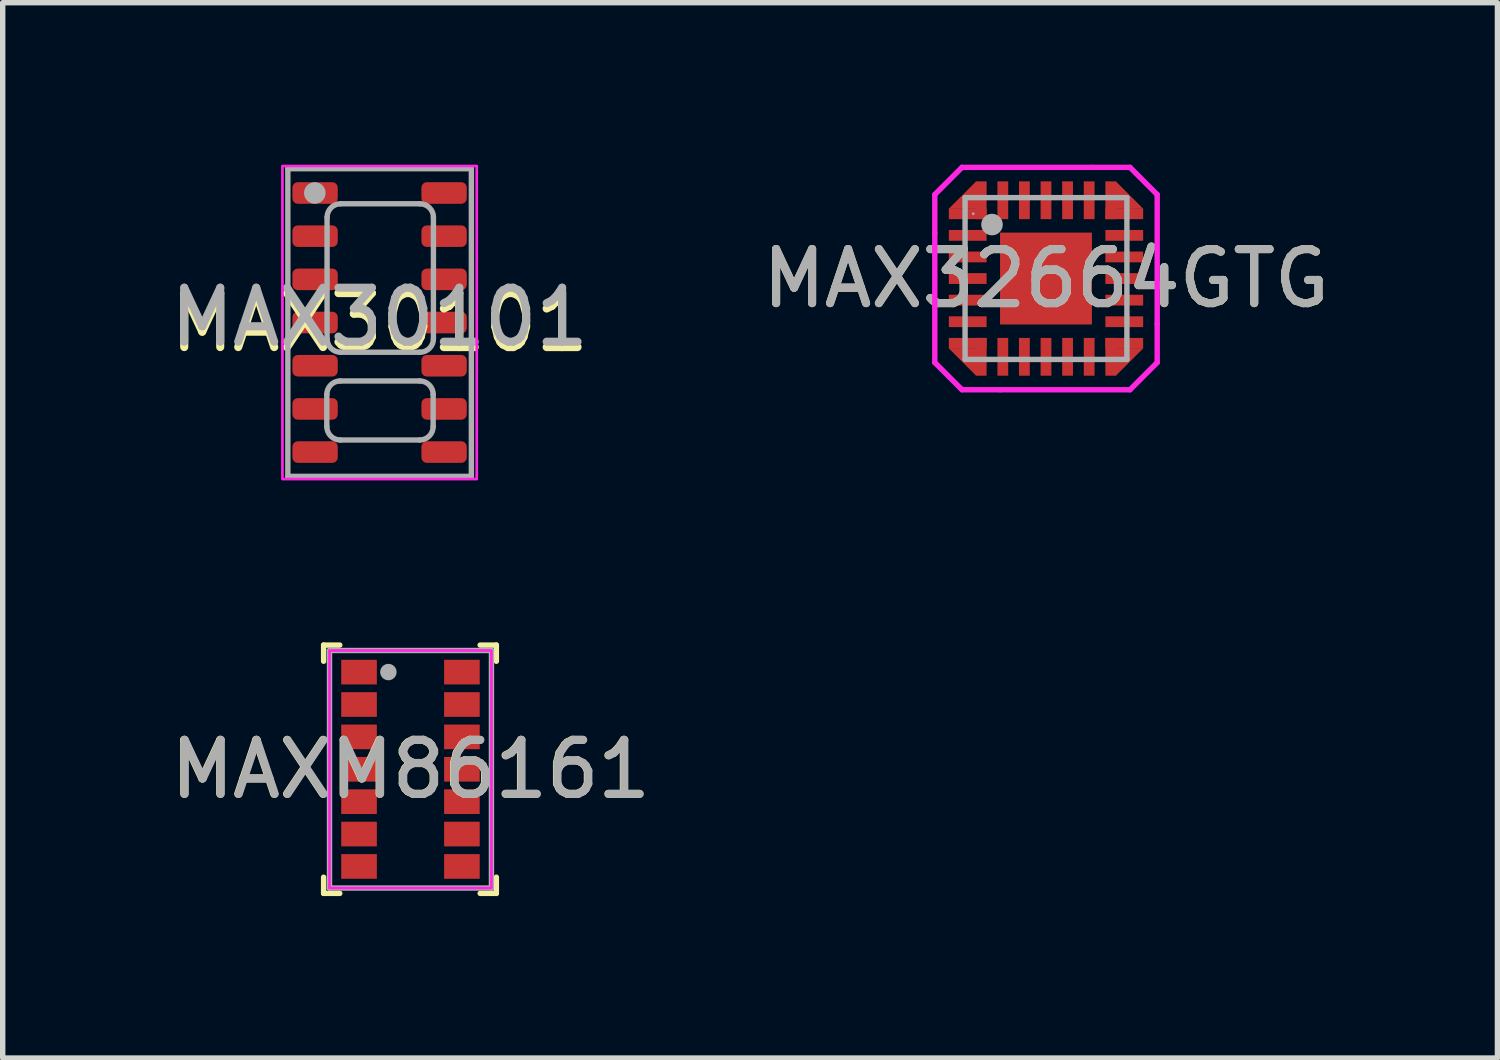
<source format=kicad_pcb>
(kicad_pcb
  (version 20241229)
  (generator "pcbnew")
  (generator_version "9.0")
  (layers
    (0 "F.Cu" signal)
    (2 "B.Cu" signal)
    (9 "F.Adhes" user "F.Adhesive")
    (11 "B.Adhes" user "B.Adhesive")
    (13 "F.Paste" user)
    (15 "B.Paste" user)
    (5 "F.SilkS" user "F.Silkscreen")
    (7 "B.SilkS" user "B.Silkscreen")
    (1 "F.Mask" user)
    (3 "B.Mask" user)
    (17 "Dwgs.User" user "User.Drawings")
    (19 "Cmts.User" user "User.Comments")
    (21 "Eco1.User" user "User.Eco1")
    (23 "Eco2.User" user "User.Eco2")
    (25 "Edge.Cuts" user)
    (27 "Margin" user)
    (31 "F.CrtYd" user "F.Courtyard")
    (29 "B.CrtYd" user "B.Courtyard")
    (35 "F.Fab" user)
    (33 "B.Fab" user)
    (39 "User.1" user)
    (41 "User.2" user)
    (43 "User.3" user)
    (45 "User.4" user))
  (footprint "MAX30101"
    (layer "F.Cu")
    (at 3.982 2.925)
    (property "Reference" "MAX30101" (at 0 0 0) (layer "F.SilkS") (effects (font (size 1 1) (thickness 0.15))))
    (attr smd)
    (fp_rect (start -1.8 -2.9) (end 1.8 2.9) (stroke (width 0.05) (type default)) (fill no) (layer "F.CrtYd"))
    (fp_line (start -1.7 -2.85) (end -1.7 2.85) (stroke (width 0.1) (type solid)) (layer "F.Fab"))
    (fp_line (start -1.7 2.85) (end 1.7 2.85) (stroke (width 0.1) (type solid)) (layer "F.Fab"))
    (fp_line (start -0.978 1.926) (end -0.978 1.332) (stroke (width 0.1) (type solid)) (layer "F.Fab"))
    (fp_line (start -0.973 0.3) (end -0.973 -1.95) (stroke (width 0.1) (type solid)) (layer "F.Fab"))
    (fp_line (start -0.723 -2.2) (end 0.747 -2.2) (stroke (width 0.1) (type solid)) (layer "F.Fab"))
    (fp_line (start 0.742 1.082) (end -0.728 1.082) (stroke (width 0.1) (type solid)) (layer "F.Fab"))
    (fp_line (start 0.742 2.176) (end -0.728 2.176) (stroke (width 0.1) (type solid)) (layer "F.Fab"))
    (fp_line (start 0.747 0.55) (end -0.723 0.55) (stroke (width 0.1) (type solid)) (layer "F.Fab"))
    (fp_line (start 0.992 1.926) (end 0.992 1.332) (stroke (width 0.1) (type solid)) (layer "F.Fab"))
    (fp_line (start 0.997 -1.95) (end 0.997 0.3) (stroke (width 0.1) (type solid)) (layer "F.Fab"))
    (fp_line (start 1.7 -2.85) (end -1.7 -2.85) (stroke (width 0.1) (type solid)) (layer "F.Fab"))
    (fp_line (start 1.7 2.85) (end 1.7 -2.85) (stroke (width 0.1) (type solid)) (layer "F.Fab"))
    (fp_arc (start -0.977541 1.33219) (mid -0.904318 1.155413) (end -0.727541 1.08219) (stroke (width 0.1) (type solid)) (layer "F.Fab"))
    (fp_arc (start -0.972541 -1.94981) (mid -0.899318 -2.126587) (end -0.722541 -2.19981) (stroke (width 0.1) (type solid)) (layer "F.Fab"))
    (fp_arc (start -0.727541 2.17619) (mid -0.904318 2.102967) (end -0.977541 1.92619) (stroke (width 0.1) (type solid)) (layer "F.Fab"))
    (fp_arc (start -0.722541 0.550191) (mid -0.899318 0.476968) (end -0.972541 0.300191) (stroke (width 0.1) (type solid)) (layer "F.Fab"))
    (fp_arc (start 0.742459 1.08219) (mid 0.919236 1.155413) (end 0.992459 1.33219) (stroke (width 0.1) (type solid)) (layer "F.Fab"))
    (fp_arc (start 0.747459 -2.19981) (mid 0.924236 -2.126587) (end 0.997459 -1.94981) (stroke (width 0.1) (type solid)) (layer "F.Fab"))
    (fp_arc (start 0.992459 1.92619) (mid 0.919236 2.102967) (end 0.742459 2.17619) (stroke (width 0.1) (type solid)) (layer "F.Fab"))
    (fp_arc (start 0.997459 0.300191) (mid 0.924236 0.476968) (end 0.747459 0.550191) (stroke (width 0.1) (type solid)) (layer "F.Fab"))
    (fp_circle (center -1.2 -2.4) (end -1.1 -2.4) (stroke (width 0.2) (type solid)) (fill no) (layer "F.Fab"))
    (fp_text user "${REFERENCE}" (at 0 -0.1 0) (unlocked yes) (layer "F.Fab") (effects (font (size 1 1) (thickness 0.15))))
    (pad "1" smd roundrect (at -1.195 -2.4) (size 0.84 0.4) (layers "F.Cu" "F.Mask" "F.Paste") (roundrect_rratio 0.25))
    (pad "2" smd roundrect (at -1.195 -1.6) (size 0.84 0.4) (layers "F.Cu" "F.Mask" "F.Paste") (roundrect_rratio 0.25))
    (pad "3" smd roundrect (at -1.195 -0.8) (size 0.84 0.4) (layers "F.Cu" "F.Mask" "F.Paste") (roundrect_rratio 0.25))
    (pad "4" smd roundrect (at -1.195 0) (size 0.84 0.4) (layers "F.Cu" "F.Mask" "F.Paste") (roundrect_rratio 0.25))
    (pad "5" smd roundrect (at -1.195 0.8) (size 0.84 0.4) (layers "F.Cu" "F.Mask" "F.Paste") (roundrect_rratio 0.25))
    (pad "6" smd roundrect (at -1.195 1.6) (size 0.84 0.4) (layers "F.Cu" "F.Mask" "F.Paste") (roundrect_rratio 0.25))
    (pad "7" smd roundrect (at -1.195 2.4) (size 0.84 0.4) (layers "F.Cu" "F.Mask" "F.Paste") (roundrect_rratio 0.25))
    (pad "8" smd roundrect (at 1.195 2.4) (size 0.84 0.4) (layers "F.Cu" "F.Mask" "F.Paste") (roundrect_rratio 0.25))
    (pad "9" smd roundrect (at 1.195 1.6) (size 0.84 0.4) (layers "F.Cu" "F.Mask" "F.Paste") (roundrect_rratio 0.25))
    (pad "10" smd roundrect (at 1.195 0.8) (size 0.84 0.4) (layers "F.Cu" "F.Mask" "F.Paste") (roundrect_rratio 0.25))
    (pad "11" smd roundrect (at 1.195 0) (size 0.84 0.4) (layers "F.Cu" "F.Mask" "F.Paste") (roundrect_rratio 0.25))
    (pad "12" smd roundrect (at 1.195 -0.8) (size 0.84 0.4) (layers "F.Cu" "F.Mask" "F.Paste") (roundrect_rratio 0.25))
    (pad "13" smd roundrect (at 1.195 -1.6) (size 0.84 0.4) (layers "F.Cu" "F.Mask" "F.Paste") (roundrect_rratio 0.25))
    (pad "14" smd roundrect (at 1.195 -2.4) (size 0.84 0.4) (layers "F.Cu" "F.Mask" "F.Paste") (roundrect_rratio 0.25)))
  (footprint "MAX32664GTG"
    (layer "F.Cu")
    (at 16.327 2.11)
    (property "Reference" "MAX32664GTG" (at 0 0 0) (unlocked yes) (layer "F.SilkS") (effects (font (size 1 1) (thickness 0.15))))
    (attr smd)
    (fp_line (start -2.06 -1.556) (end -2.06 -0.844) (stroke (width 0.1) (type solid)) (layer "F.CrtYd"))
    (fp_line (start -2.06 -0.844) (end -2.06 1.556) (stroke (width 0.1) (type solid)) (layer "F.CrtYd"))
    (fp_line (start -2.06 1.556) (end -1.556 2.06) (stroke (width 0.1) (type solid)) (layer "F.CrtYd"))
    (fp_line (start -1.556 -2.06) (end -2.06 -1.556) (stroke (width 0.1) (type solid)) (layer "F.CrtYd"))
    (fp_line (start -1.556 2.06) (end -0.844 2.06) (stroke (width 0.1) (type solid)) (layer "F.CrtYd"))
    (fp_line (start -0.851 2.06) (end 1.556 2.06) (stroke (width 0.1) (type solid)) (layer "F.CrtYd"))
    (fp_line (start 0.844 -2.06) (end -1.556 -2.06) (stroke (width 0.1) (type solid)) (layer "F.CrtYd"))
    (fp_line (start 1.556 -2.06) (end 0.844 -2.06) (stroke (width 0.1) (type solid)) (layer "F.CrtYd"))
    (fp_line (start 1.556 2.06) (end 2.06 1.556) (stroke (width 0.1) (type solid)) (layer "F.CrtYd"))
    (fp_line (start 2.06 -1.556) (end 1.556 -2.06) (stroke (width 0.1) (type solid)) (layer "F.CrtYd"))
    (fp_line (start 2.06 0.844) (end 2.06 -1.556) (stroke (width 0.1) (type solid)) (layer "F.CrtYd"))
    (fp_line (start 2.06 1.556) (end 2.06 0.844) (stroke (width 0.1) (type solid)) (layer "F.CrtYd"))
    (fp_line (start -1.499 -1.499) (end -1.499 1.499) (stroke (width 0.1) (type solid)) (layer "F.Fab"))
    (fp_line (start -1.499 1.499) (end 1.499 1.499) (stroke (width 0.1) (type solid)) (layer "F.Fab"))
    (fp_line (start 1.499 -1.499) (end -1.499 -1.499) (stroke (width 0.1) (type solid)) (layer "F.Fab"))
    (fp_line (start 1.499 1.499) (end 1.499 -1.499) (stroke (width 0.1) (type solid)) (layer "F.Fab"))
    (fp_circle (center -1.348 -1.2) (end -1.348 -1.2) (stroke (width 0.025) (type solid)) (fill no) (layer "F.Fab"))
    (fp_circle (center -1 -1) (end -0.9 -1) (stroke (width 0.2) (type solid)) (fill no) (layer "F.Fab"))
    (fp_text user "${REFERENCE}" (at 0 0 0) (unlocked yes) (layer "F.Fab") (effects (font (size 1 1) (thickness 0.15))))
    (pad "1" smd rect (at -1.45 -1.2) (size 0.7 0.2) (layers "F.Cu" "F.Mask" "F.Paste"))
    (pad "1" smd trapezoid (at -1.42 -1.42 225) (size 0.36 0.36) (rect_delta 0 0.36) (layers "F.Cu" "F.Mask" "F.Paste"))
    (pad "1" smd rect (at -1.2 -1.45 90) (size 0.7 0.2) (layers "F.Cu" "F.Mask" "F.Paste"))
    (pad "2" smd rect (at -1.45 -0.8) (size 0.7 0.2) (layers "F.Cu" "F.Mask" "F.Paste"))
    (pad "3" smd rect (at -1.45 -0.4) (size 0.7 0.2) (layers "F.Cu" "F.Mask" "F.Paste"))
    (pad "4" smd rect (at -1.45 0) (size 0.7 0.2) (layers "F.Cu" "F.Mask" "F.Paste"))
    (pad "5" smd rect (at -1.45 0.4) (size 0.7 0.2) (layers "F.Cu" "F.Mask" "F.Paste"))
    (pad "6" smd rect (at -1.45 0.8) (size 0.7 0.2) (layers "F.Cu" "F.Mask" "F.Paste"))
    (pad "7" smd rect (at -1.45 1.2 180) (size 0.7 0.2) (layers "F.Cu" "F.Mask" "F.Paste"))
    (pad "7" smd trapezoid (at -1.42 1.42 315) (size 0.36 0.36) (rect_delta 0 0.36) (layers "F.Cu" "F.Mask" "F.Paste"))
    (pad "7" smd rect (at -1.2 1.45 90) (size 0.7 0.2) (layers "F.Cu" "F.Mask" "F.Paste"))
    (pad "8" smd rect (at -0.8 1.45 90) (size 0.7 0.2) (layers "F.Cu" "F.Mask" "F.Paste"))
    (pad "9" smd rect (at -0.4 1.45 90) (size 0.7 0.2) (layers "F.Cu" "F.Mask" "F.Paste"))
    (pad "10" smd rect (at 0 1.45 90) (size 0.7 0.2) (layers "F.Cu" "F.Mask" "F.Paste"))
    (pad "11" smd rect (at 0.4 1.45 90) (size 0.7 0.2) (layers "F.Cu" "F.Mask" "F.Paste"))
    (pad "12" smd rect (at 0.8 1.45 90) (size 0.7 0.2) (layers "F.Cu" "F.Mask" "F.Paste"))
    (pad "13" smd rect (at 1.2 1.45 90) (size 0.7 0.2) (layers "F.Cu" "F.Mask" "F.Paste"))
    (pad "13" smd trapezoid (at 1.42 1.42 45) (size 0.36 0.36) (rect_delta 0 0.36) (layers "F.Cu" "F.Mask" "F.Paste"))
    (pad "13" smd rect (at 1.45 1.2) (size 0.7 0.2) (layers "F.Cu" "F.Mask" "F.Paste"))
    (pad "14" smd rect (at 1.45 0.8) (size 0.7 0.2) (layers "F.Cu" "F.Mask" "F.Paste"))
    (pad "15" smd rect (at 1.45 0.4) (size 0.7 0.2) (layers "F.Cu" "F.Mask" "F.Paste"))
    (pad "16" smd rect (at 1.45 0) (size 0.7 0.2) (layers "F.Cu" "F.Mask" "F.Paste"))
    (pad "17" smd rect (at 1.45 -0.4) (size 0.7 0.2) (layers "F.Cu" "F.Mask" "F.Paste"))
    (pad "18" smd rect (at 1.45 -0.8) (size 0.7 0.2) (layers "F.Cu" "F.Mask" "F.Paste"))
    (pad "19" smd rect (at 1.2 -1.45 90) (size 0.7 0.2) (layers "F.Cu" "F.Mask" "F.Paste"))
    (pad "19" smd trapezoid (at 1.42 -1.42 135) (size 0.36 0.36) (rect_delta 0 0.36) (layers "F.Cu" "F.Mask" "F.Paste"))
    (pad "19" smd rect (at 1.45 -1.2 180) (size 0.7 0.2) (layers "F.Cu" "F.Mask" "F.Paste"))
    (pad "20" smd rect (at 0.8 -1.45 90) (size 0.7 0.2) (layers "F.Cu" "F.Mask" "F.Paste"))
    (pad "21" smd rect (at 0.4 -1.45 90) (size 0.7 0.2) (layers "F.Cu" "F.Mask" "F.Paste"))
    (pad "22" smd rect (at 0 -1.45 90) (size 0.7 0.2) (layers "F.Cu" "F.Mask" "F.Paste"))
    (pad "23" smd rect (at -0.4 -1.45 90) (size 0.7 0.2) (layers "F.Cu" "F.Mask" "F.Paste"))
    (pad "24" smd rect (at -0.8 -1.45 90) (size 0.7 0.2) (layers "F.Cu" "F.Mask" "F.Paste"))
    (pad "25" smd rect (at 0 0) (size 1.702 1.702) (layers "F.Cu" "F.Mask" "F.Paste")))
  (footprint "MAXM86161"
    (layer "F.Cu")
    (at 4.554 11.201)
    (property "Reference" "MAXM86161" (at 0 0 0) (unlocked yes) (layer "F.SilkS") (effects (font (size 1 1) (thickness 0.15))))
    (attr smd)
    (fp_line (start -1.609 -2.301) (end -1.609 -2.001) (stroke (width 0.1) (type solid)) (layer "F.SilkS"))
    (fp_line (start -1.609 1.999) (end -1.609 2.299) (stroke (width 0.1) (type solid)) (layer "F.SilkS"))
    (fp_line (start -1.609 2.299) (end -1.309 2.299) (stroke (width 0.1) (type solid)) (layer "F.SilkS"))
    (fp_line (start -1.309 -2.301) (end -1.609 -2.301) (stroke (width 0.1) (type solid)) (layer "F.SilkS"))
    (fp_line (start 1.291 2.299) (end 1.591 2.299) (stroke (width 0.1) (type solid)) (layer "F.SilkS"))
    (fp_line (start 1.591 -2.301) (end 1.291 -2.301) (stroke (width 0.1) (type solid)) (layer "F.SilkS"))
    (fp_line (start 1.591 -2.001) (end 1.591 -2.301) (stroke (width 0.1) (type solid)) (layer "F.SilkS"))
    (fp_line (start 1.591 2.299) (end 1.591 1.999) (stroke (width 0.1) (type solid)) (layer "F.SilkS"))
    (fp_rect (start -1.5 -2.2) (end 1.5 2.2) (stroke (width 0.05) (type default)) (fill no) (layer "F.CrtYd"))
    (fp_line (start -1.5 -2.2) (end -1.5 2.2) (stroke (width 0.1) (type solid)) (layer "F.Fab"))
    (fp_line (start -1.5 2.2) (end 1.5 2.2) (stroke (width 0.1) (type solid)) (layer "F.Fab"))
    (fp_line (start 1.5 -2.2) (end -1.5 -2.2) (stroke (width 0.1) (type solid)) (layer "F.Fab"))
    (fp_line (start 1.5 2.2) (end 1.5 -2.2) (stroke (width 0.1) (type solid)) (layer "F.Fab"))
    (fp_circle (center -0.409 -1.801) (end -0.333 -1.801) (stroke (width 0.152) (type solid)) (fill no) (layer "F.Fab"))
    (fp_text user "${REFERENCE}" (at 0.009 0.001 0) (unlocked yes) (layer "F.Fab") (effects (font (size 1 1) (thickness 0.15))))
    (pad "1" smd rect (at -0.953 -1.8) (size 0.66 0.457) (layers "F.Cu" "F.Mask" "F.Paste"))
    (pad "2" smd rect (at -0.953 -1.2) (size 0.66 0.457) (layers "F.Cu" "F.Mask" "F.Paste"))
    (pad "3" smd rect (at -0.953 -0.6) (size 0.66 0.457) (layers "F.Cu" "F.Mask" "F.Paste"))
    (pad "4" smd rect (at -0.953 0) (size 0.66 0.457) (layers "F.Cu" "F.Mask" "F.Paste"))
    (pad "5" smd rect (at -0.953 0.6) (size 0.66 0.457) (layers "F.Cu" "F.Mask" "F.Paste"))
    (pad "6" smd rect (at -0.953 1.2) (size 0.66 0.457) (layers "F.Cu" "F.Mask" "F.Paste"))
    (pad "7" smd rect (at -0.953 1.8) (size 0.66 0.457) (layers "F.Cu" "F.Mask" "F.Paste"))
    (pad "8" smd rect (at 0.953 1.8) (size 0.66 0.457) (layers "F.Cu" "F.Mask" "F.Paste"))
    (pad "9" smd rect (at 0.953 1.2) (size 0.66 0.457) (layers "F.Cu" "F.Mask" "F.Paste"))
    (pad "10" smd rect (at 0.953 0.6) (size 0.66 0.457) (layers "F.Cu" "F.Mask" "F.Paste"))
    (pad "11" smd rect (at 0.953 0) (size 0.66 0.457) (layers "F.Cu" "F.Mask" "F.Paste"))
    (pad "12" smd rect (at 0.953 -0.6) (size 0.66 0.457) (layers "F.Cu" "F.Mask" "F.Paste"))
    (pad "13" smd rect (at 0.953 -1.2) (size 0.66 0.457) (layers "F.Cu" "F.Mask" "F.Paste"))
    (pad "14" smd rect (at 0.953 -1.8) (size 0.66 0.457) (layers "F.Cu" "F.Mask" "F.Paste")))
  (gr_rect
    (start -3 -3)
    (end 24.69 16.55)
    (stroke (width 0.1) (type default))
    (fill no)
    (layer "Edge.Cuts")))
</source>
